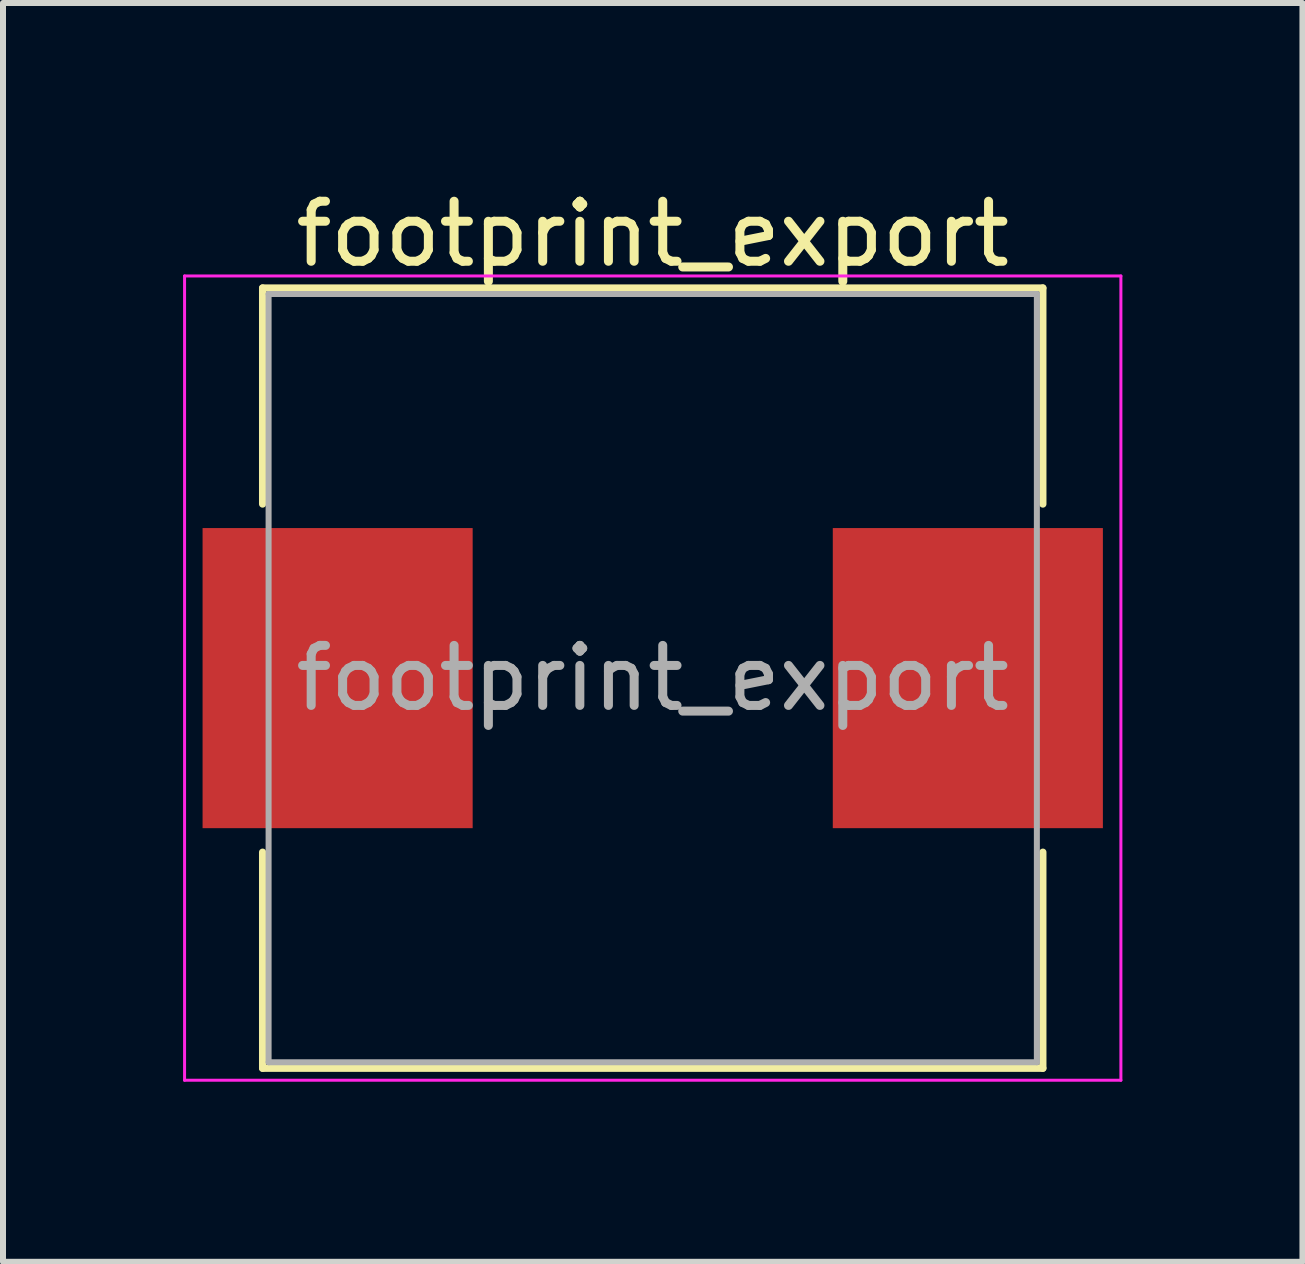
<source format=kicad_pcb>
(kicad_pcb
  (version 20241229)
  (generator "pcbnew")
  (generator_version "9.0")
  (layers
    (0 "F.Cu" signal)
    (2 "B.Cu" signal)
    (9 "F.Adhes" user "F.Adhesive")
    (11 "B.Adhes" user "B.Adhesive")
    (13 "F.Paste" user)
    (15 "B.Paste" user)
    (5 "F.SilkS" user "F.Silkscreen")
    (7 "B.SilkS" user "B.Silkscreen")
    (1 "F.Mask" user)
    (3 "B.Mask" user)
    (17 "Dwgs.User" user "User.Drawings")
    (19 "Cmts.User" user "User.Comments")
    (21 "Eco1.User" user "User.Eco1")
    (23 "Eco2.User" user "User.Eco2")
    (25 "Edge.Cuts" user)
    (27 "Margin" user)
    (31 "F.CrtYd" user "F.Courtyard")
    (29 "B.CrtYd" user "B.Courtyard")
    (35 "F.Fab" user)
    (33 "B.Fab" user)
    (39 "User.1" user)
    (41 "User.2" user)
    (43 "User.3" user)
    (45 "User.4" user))
  (footprint "footprint_export"
    (layer "F.Cu")
    (at 7.825 8.248)
    (property "Reference" "footprint_export" (at 0 -7.4 0) (layer "F.SilkS") (effects (font (size 1 1) (thickness 0.15))))
    (attr smd)
    (fp_line (start -6.5 -6.5) (end 6.5 -6.5) (stroke (width 0.12) (type solid)) (layer "F.SilkS"))
    (fp_line (start -6.5 -2.9) (end -6.5 -6.5) (stroke (width 0.12) (type solid)) (layer "F.SilkS"))
    (fp_line (start -6.5 2.9) (end -6.5 6.5) (stroke (width 0.12) (type solid)) (layer "F.SilkS"))
    (fp_line (start -6.5 6.5) (end 6.5 6.5) (stroke (width 0.12) (type solid)) (layer "F.SilkS"))
    (fp_line (start 6.5 -6.5) (end 6.5 -2.9) (stroke (width 0.12) (type solid)) (layer "F.SilkS"))
    (fp_line (start 6.5 6.5) (end 6.5 2.9) (stroke (width 0.12) (type solid)) (layer "F.SilkS"))
    (fp_line (start -7.8 -6.7) (end -7.8 6.7) (stroke (width 0.05) (type solid)) (layer "F.CrtYd"))
    (fp_line (start -7.8 6.7) (end 7.8 6.7) (stroke (width 0.05) (type solid)) (layer "F.CrtYd"))
    (fp_line (start 7.8 -6.7) (end -7.8 -6.7) (stroke (width 0.05) (type solid)) (layer "F.CrtYd"))
    (fp_line (start 7.8 6.7) (end 7.8 -6.7) (stroke (width 0.05) (type solid)) (layer "F.CrtYd"))
    (fp_line (start -6.4 -6.4) (end -6.4 6.4) (stroke (width 0.1) (type solid)) (layer "F.Fab"))
    (fp_line (start -6.4 6.4) (end 6.4 6.4) (stroke (width 0.1) (type solid)) (layer "F.Fab"))
    (fp_line (start 6.4 -6.4) (end -6.4 -6.4) (stroke (width 0.1) (type solid)) (layer "F.Fab"))
    (fp_line (start 6.4 6.4) (end 6.4 -6.4) (stroke (width 0.1) (type solid)) (layer "F.Fab"))
    (fp_text user "${REFERENCE}" (at 0 0 0) (layer "F.Fab") (effects (font (size 1 1) (thickness 0.15))))
    (pad "1" smd rect (at -5.25 0) (size 4.5 5) (layers "F.Cu" "F.Mask" "F.Paste"))
    (pad "2" smd rect (at 5.25 0) (size 4.5 5) (layers "F.Cu" "F.Mask" "F.Paste")))
  (gr_rect
    (start -3 -3)
    (end 18.65 17.973)
    (stroke (width 0.1) (type default))
    (fill no)
    (layer "Edge.Cuts")))
</source>
